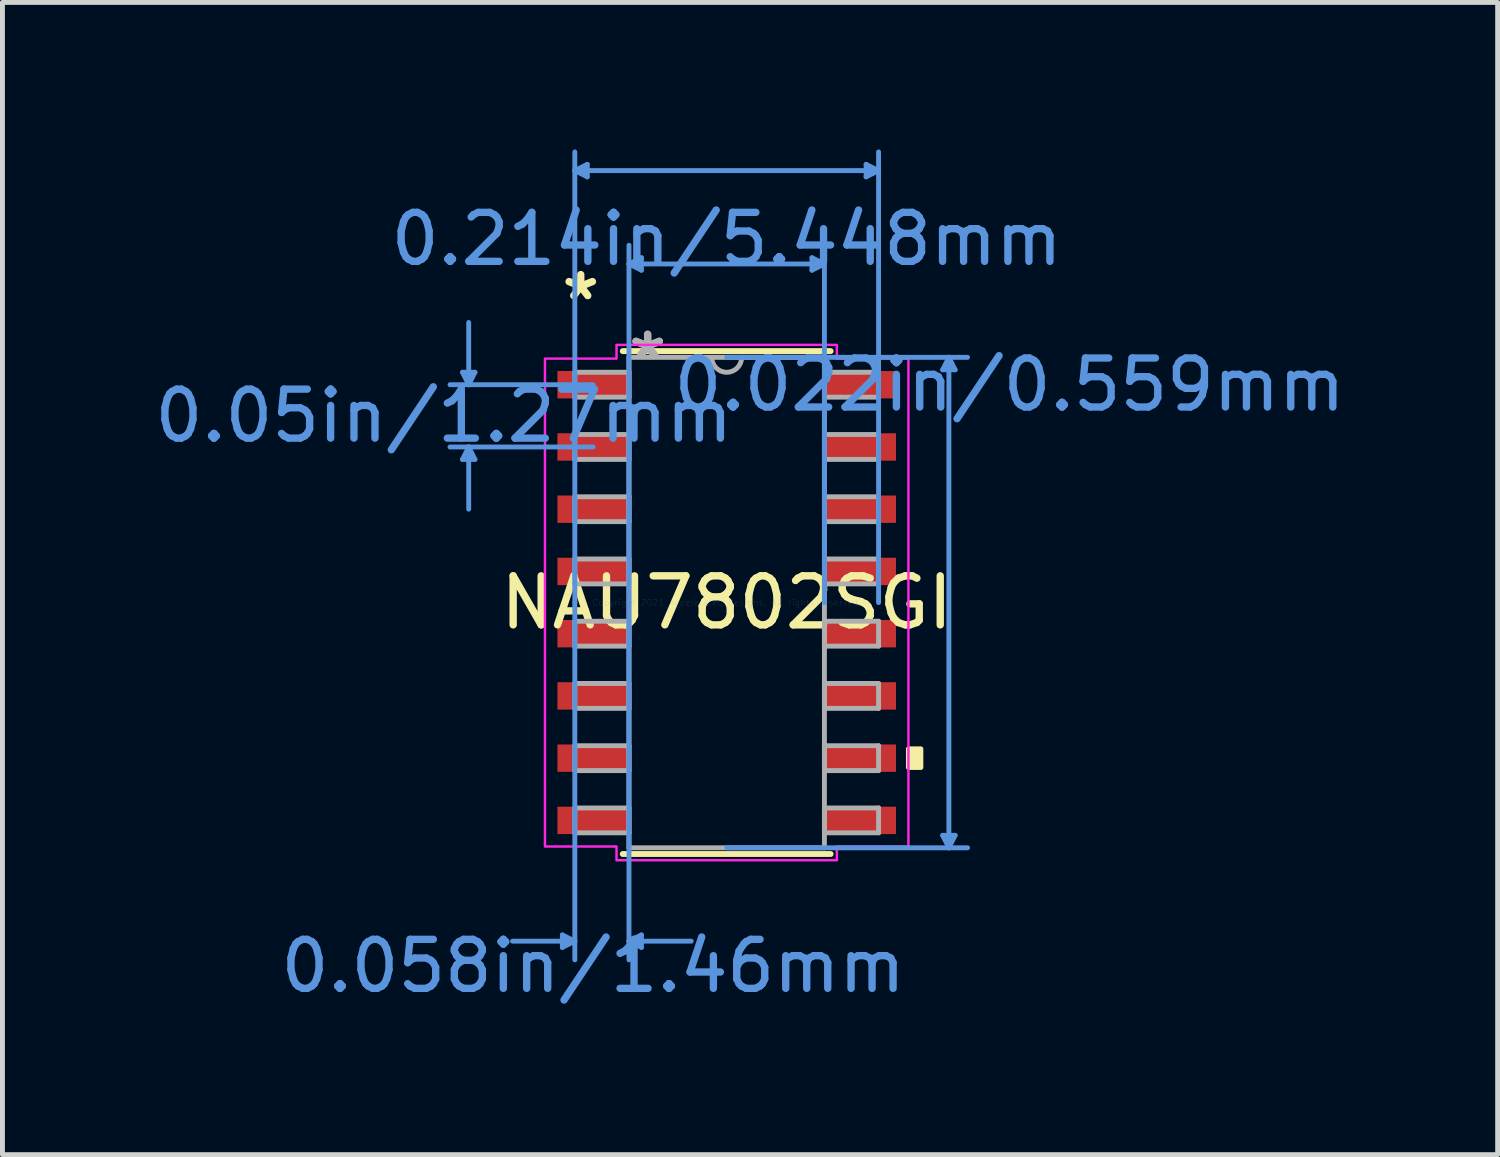
<source format=kicad_pcb>
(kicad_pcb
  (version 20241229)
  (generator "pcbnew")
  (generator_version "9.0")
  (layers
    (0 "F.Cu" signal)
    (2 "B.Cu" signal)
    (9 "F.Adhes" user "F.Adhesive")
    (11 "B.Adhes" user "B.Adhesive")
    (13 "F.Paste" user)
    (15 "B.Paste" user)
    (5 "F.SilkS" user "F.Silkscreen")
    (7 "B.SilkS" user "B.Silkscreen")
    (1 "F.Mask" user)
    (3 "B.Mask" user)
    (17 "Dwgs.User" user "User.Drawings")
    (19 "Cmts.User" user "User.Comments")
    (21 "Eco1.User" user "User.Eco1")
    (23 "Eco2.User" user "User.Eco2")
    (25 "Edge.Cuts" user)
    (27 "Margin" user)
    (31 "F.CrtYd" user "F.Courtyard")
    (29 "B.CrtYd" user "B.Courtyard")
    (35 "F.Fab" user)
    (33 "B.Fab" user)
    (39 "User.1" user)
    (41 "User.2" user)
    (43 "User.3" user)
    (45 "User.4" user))
  (footprint "NAU7802SGI"
    (layer "F.Cu")
    (at 11.778 9.245)
    (property "Reference" "NAU7802SGI" (at 0 0 0) (layer "F.SilkS") (effects (font (size 1 1) (thickness 0.15))))
    (attr smd)
    (fp_line (start -2.121 5.131) (end 2.121 5.131) (stroke (width 0.12) (type solid)) (layer "F.SilkS"))
    (fp_line (start 2.121 -5.131) (end -2.121 -5.131) (stroke (width 0.12) (type solid)) (layer "F.SilkS"))
    (fp_poly (pts (xy 3.962 2.985) (xy 3.962 3.365) (xy 3.708 3.365) (xy 3.708 2.985)) (stroke (width 0.1) (type solid)) (fill yes) (layer "F.SilkS"))
    (fp_line (start -5.391 -4.699) (end -5.137 -4.699) (stroke (width 0.1) (type solid)) (layer "Cmts.User"))
    (fp_line (start -5.391 -2.921) (end -5.137 -2.921) (stroke (width 0.1) (type solid)) (layer "Cmts.User"))
    (fp_line (start -5.264 -4.445) (end -5.391 -4.699) (stroke (width 0.1) (type solid)) (layer "Cmts.User"))
    (fp_line (start -5.264 -4.445) (end -5.264 -5.715) (stroke (width 0.1) (type solid)) (layer "Cmts.User"))
    (fp_line (start -5.264 -4.445) (end -5.137 -4.699) (stroke (width 0.1) (type solid)) (layer "Cmts.User"))
    (fp_line (start -5.264 -3.175) (end -5.391 -2.921) (stroke (width 0.1) (type solid)) (layer "Cmts.User"))
    (fp_line (start -5.264 -3.175) (end -5.264 -1.905) (stroke (width 0.1) (type solid)) (layer "Cmts.User"))
    (fp_line (start -5.264 -3.175) (end -5.137 -2.921) (stroke (width 0.1) (type solid)) (layer "Cmts.User"))
    (fp_line (start -3.353 6.782) (end -3.353 7.036) (stroke (width 0.1) (type solid)) (layer "Cmts.User"))
    (fp_line (start -3.099 -8.814) (end -2.845 -8.941) (stroke (width 0.1) (type solid)) (layer "Cmts.User"))
    (fp_line (start -3.099 -8.814) (end -2.845 -8.687) (stroke (width 0.1) (type solid)) (layer "Cmts.User"))
    (fp_line (start -3.099 -8.814) (end 3.099 -8.814) (stroke (width 0.1) (type solid)) (layer "Cmts.User"))
    (fp_line (start -3.099 0) (end -3.099 -9.195) (stroke (width 0.1) (type solid)) (layer "Cmts.User"))
    (fp_line (start -3.099 0) (end -3.099 7.29) (stroke (width 0.1) (type solid)) (layer "Cmts.User"))
    (fp_line (start -3.099 6.909) (end -4.369 6.909) (stroke (width 0.1) (type solid)) (layer "Cmts.User"))
    (fp_line (start -3.099 6.909) (end -3.353 6.782) (stroke (width 0.1) (type solid)) (layer "Cmts.User"))
    (fp_line (start -3.099 6.909) (end -3.353 7.036) (stroke (width 0.1) (type solid)) (layer "Cmts.User"))
    (fp_line (start -2.845 -8.941) (end -2.845 -8.687) (stroke (width 0.1) (type solid)) (layer "Cmts.User"))
    (fp_line (start -2.724 -4.445) (end -5.645 -4.445) (stroke (width 0.1) (type solid)) (layer "Cmts.User"))
    (fp_line (start -2.724 -3.175) (end -5.645 -3.175) (stroke (width 0.1) (type solid)) (layer "Cmts.User"))
    (fp_line (start -1.994 -6.909) (end -1.74 -7.036) (stroke (width 0.1) (type solid)) (layer "Cmts.User"))
    (fp_line (start -1.994 -6.909) (end -1.74 -6.782) (stroke (width 0.1) (type solid)) (layer "Cmts.User"))
    (fp_line (start -1.994 -6.909) (end 1.994 -6.909) (stroke (width 0.1) (type solid)) (layer "Cmts.User"))
    (fp_line (start -1.994 0) (end -1.994 -7.29) (stroke (width 0.1) (type solid)) (layer "Cmts.User"))
    (fp_line (start -1.994 0) (end -1.994 7.29) (stroke (width 0.1) (type solid)) (layer "Cmts.User"))
    (fp_line (start -1.994 6.909) (end -1.74 6.782) (stroke (width 0.1) (type solid)) (layer "Cmts.User"))
    (fp_line (start -1.994 6.909) (end -1.74 7.036) (stroke (width 0.1) (type solid)) (layer "Cmts.User"))
    (fp_line (start -1.994 6.909) (end -0.724 6.909) (stroke (width 0.1) (type solid)) (layer "Cmts.User"))
    (fp_line (start -1.74 -7.036) (end -1.74 -6.782) (stroke (width 0.1) (type solid)) (layer "Cmts.User"))
    (fp_line (start -1.74 6.782) (end -1.74 7.036) (stroke (width 0.1) (type solid)) (layer "Cmts.User"))
    (fp_line (start 0 -5.004) (end 4.915 -5.004) (stroke (width 0.1) (type solid)) (layer "Cmts.User"))
    (fp_line (start 0 5.004) (end 4.915 5.004) (stroke (width 0.1) (type solid)) (layer "Cmts.User"))
    (fp_line (start 1.74 -7.036) (end 1.74 -6.782) (stroke (width 0.1) (type solid)) (layer "Cmts.User"))
    (fp_line (start 1.994 -6.909) (end 1.74 -7.036) (stroke (width 0.1) (type solid)) (layer "Cmts.User"))
    (fp_line (start 1.994 -6.909) (end 1.74 -6.782) (stroke (width 0.1) (type solid)) (layer "Cmts.User"))
    (fp_line (start 1.994 0) (end 1.994 -7.29) (stroke (width 0.1) (type solid)) (layer "Cmts.User"))
    (fp_line (start 2.845 -8.941) (end 2.845 -8.687) (stroke (width 0.1) (type solid)) (layer "Cmts.User"))
    (fp_line (start 3.099 -8.814) (end 2.845 -8.941) (stroke (width 0.1) (type solid)) (layer "Cmts.User"))
    (fp_line (start 3.099 -8.814) (end 2.845 -8.687) (stroke (width 0.1) (type solid)) (layer "Cmts.User"))
    (fp_line (start 3.099 0) (end 3.099 -9.195) (stroke (width 0.1) (type solid)) (layer "Cmts.User"))
    (fp_line (start 4.407 -4.75) (end 4.661 -4.75) (stroke (width 0.1) (type solid)) (layer "Cmts.User"))
    (fp_line (start 4.407 4.75) (end 4.661 4.75) (stroke (width 0.1) (type solid)) (layer "Cmts.User"))
    (fp_line (start 4.534 -5.004) (end 4.407 -4.75) (stroke (width 0.1) (type solid)) (layer "Cmts.User"))
    (fp_line (start 4.534 -5.004) (end 4.534 5.004) (stroke (width 0.1) (type solid)) (layer "Cmts.User"))
    (fp_line (start 4.534 -5.004) (end 4.661 -4.75) (stroke (width 0.1) (type solid)) (layer "Cmts.User"))
    (fp_line (start 4.534 5.004) (end 4.407 4.75) (stroke (width 0.1) (type solid)) (layer "Cmts.User"))
    (fp_line (start 4.534 5.004) (end 4.661 4.75) (stroke (width 0.1) (type solid)) (layer "Cmts.User"))
    (fp_poly (pts (xy 2.248 -4.978) (xy 3.708 -4.978) (xy 3.708 4.978) (xy 2.248 4.978) (xy 2.248 5.258) (xy -2.248 5.258) (xy -2.248 4.978) (xy -3.708 4.978) (xy -3.708 -4.978) (xy -2.248 -4.978) (xy -2.248 -5.258) (xy 2.248 -5.258)) (stroke (width 0.05) (type solid)) (fill no) (layer "F.CrtYd"))
    (fp_line (start -3.099 -4.699) (end -3.099 -4.191) (stroke (width 0.1) (type solid)) (layer "F.Fab"))
    (fp_line (start -3.099 -4.191) (end -1.994 -4.191) (stroke (width 0.1) (type solid)) (layer "F.Fab"))
    (fp_line (start -3.099 -3.429) (end -3.099 -2.921) (stroke (width 0.1) (type solid)) (layer "F.Fab"))
    (fp_line (start -3.099 -2.921) (end -1.994 -2.921) (stroke (width 0.1) (type solid)) (layer "F.Fab"))
    (fp_line (start -3.099 -2.159) (end -3.099 -1.651) (stroke (width 0.1) (type solid)) (layer "F.Fab"))
    (fp_line (start -3.099 -1.651) (end -1.994 -1.651) (stroke (width 0.1) (type solid)) (layer "F.Fab"))
    (fp_line (start -3.099 -0.889) (end -3.099 -0.381) (stroke (width 0.1) (type solid)) (layer "F.Fab"))
    (fp_line (start -3.099 -0.381) (end -1.994 -0.381) (stroke (width 0.1) (type solid)) (layer "F.Fab"))
    (fp_line (start -3.099 0.381) (end -3.099 0.889) (stroke (width 0.1) (type solid)) (layer "F.Fab"))
    (fp_line (start -3.099 0.889) (end -1.994 0.889) (stroke (width 0.1) (type solid)) (layer "F.Fab"))
    (fp_line (start -3.099 1.651) (end -3.099 2.159) (stroke (width 0.1) (type solid)) (layer "F.Fab"))
    (fp_line (start -3.099 2.159) (end -1.994 2.159) (stroke (width 0.1) (type solid)) (layer "F.Fab"))
    (fp_line (start -3.099 2.921) (end -3.099 3.429) (stroke (width 0.1) (type solid)) (layer "F.Fab"))
    (fp_line (start -3.099 3.429) (end -1.994 3.429) (stroke (width 0.1) (type solid)) (layer "F.Fab"))
    (fp_line (start -3.099 4.191) (end -3.099 4.699) (stroke (width 0.1) (type solid)) (layer "F.Fab"))
    (fp_line (start -3.099 4.699) (end -1.994 4.699) (stroke (width 0.1) (type solid)) (layer "F.Fab"))
    (fp_line (start -1.994 -5.004) (end -1.994 5.004) (stroke (width 0.1) (type solid)) (layer "F.Fab"))
    (fp_line (start -1.994 -4.699) (end -3.099 -4.699) (stroke (width 0.1) (type solid)) (layer "F.Fab"))
    (fp_line (start -1.994 -4.191) (end -1.994 -4.699) (stroke (width 0.1) (type solid)) (layer "F.Fab"))
    (fp_line (start -1.994 -3.429) (end -3.099 -3.429) (stroke (width 0.1) (type solid)) (layer "F.Fab"))
    (fp_line (start -1.994 -2.921) (end -1.994 -3.429) (stroke (width 0.1) (type solid)) (layer "F.Fab"))
    (fp_line (start -1.994 -2.159) (end -3.099 -2.159) (stroke (width 0.1) (type solid)) (layer "F.Fab"))
    (fp_line (start -1.994 -1.651) (end -1.994 -2.159) (stroke (width 0.1) (type solid)) (layer "F.Fab"))
    (fp_line (start -1.994 -0.889) (end -3.099 -0.889) (stroke (width 0.1) (type solid)) (layer "F.Fab"))
    (fp_line (start -1.994 -0.381) (end -1.994 -0.889) (stroke (width 0.1) (type solid)) (layer "F.Fab"))
    (fp_line (start -1.994 0.381) (end -3.099 0.381) (stroke (width 0.1) (type solid)) (layer "F.Fab"))
    (fp_line (start -1.994 0.889) (end -1.994 0.381) (stroke (width 0.1) (type solid)) (layer "F.Fab"))
    (fp_line (start -1.994 1.651) (end -3.099 1.651) (stroke (width 0.1) (type solid)) (layer "F.Fab"))
    (fp_line (start -1.994 2.159) (end -1.994 1.651) (stroke (width 0.1) (type solid)) (layer "F.Fab"))
    (fp_line (start -1.994 2.921) (end -3.099 2.921) (stroke (width 0.1) (type solid)) (layer "F.Fab"))
    (fp_line (start -1.994 3.429) (end -1.994 2.921) (stroke (width 0.1) (type solid)) (layer "F.Fab"))
    (fp_line (start -1.994 4.191) (end -3.099 4.191) (stroke (width 0.1) (type solid)) (layer "F.Fab"))
    (fp_line (start -1.994 4.699) (end -1.994 4.191) (stroke (width 0.1) (type solid)) (layer "F.Fab"))
    (fp_line (start -1.994 5.004) (end 1.994 5.004) (stroke (width 0.1) (type solid)) (layer "F.Fab"))
    (fp_line (start 1.994 -5.004) (end -1.994 -5.004) (stroke (width 0.1) (type solid)) (layer "F.Fab"))
    (fp_line (start 1.994 -4.699) (end 1.994 -4.191) (stroke (width 0.1) (type solid)) (layer "F.Fab"))
    (fp_line (start 1.994 -4.191) (end 3.099 -4.191) (stroke (width 0.1) (type solid)) (layer "F.Fab"))
    (fp_line (start 1.994 -3.429) (end 1.994 -2.921) (stroke (width 0.1) (type solid)) (layer "F.Fab"))
    (fp_line (start 1.994 -2.921) (end 3.099 -2.921) (stroke (width 0.1) (type solid)) (layer "F.Fab"))
    (fp_line (start 1.994 -2.159) (end 1.994 -1.651) (stroke (width 0.1) (type solid)) (layer "F.Fab"))
    (fp_line (start 1.994 -1.651) (end 3.099 -1.651) (stroke (width 0.1) (type solid)) (layer "F.Fab"))
    (fp_line (start 1.994 -0.889) (end 1.994 -0.381) (stroke (width 0.1) (type solid)) (layer "F.Fab"))
    (fp_line (start 1.994 -0.381) (end 3.099 -0.381) (stroke (width 0.1) (type solid)) (layer "F.Fab"))
    (fp_line (start 1.994 0.381) (end 1.994 0.889) (stroke (width 0.1) (type solid)) (layer "F.Fab"))
    (fp_line (start 1.994 0.889) (end 3.099 0.889) (stroke (width 0.1) (type solid)) (layer "F.Fab"))
    (fp_line (start 1.994 1.651) (end 1.994 2.159) (stroke (width 0.1) (type solid)) (layer "F.Fab"))
    (fp_line (start 1.994 2.159) (end 3.099 2.159) (stroke (width 0.1) (type solid)) (layer "F.Fab"))
    (fp_line (start 1.994 2.921) (end 1.994 3.429) (stroke (width 0.1) (type solid)) (layer "F.Fab"))
    (fp_line (start 1.994 3.429) (end 3.099 3.429) (stroke (width 0.1) (type solid)) (layer "F.Fab"))
    (fp_line (start 1.994 4.191) (end 1.994 4.699) (stroke (width 0.1) (type solid)) (layer "F.Fab"))
    (fp_line (start 1.994 4.699) (end 3.099 4.699) (stroke (width 0.1) (type solid)) (layer "F.Fab"))
    (fp_line (start 1.994 5.004) (end 1.994 -5.004) (stroke (width 0.1) (type solid)) (layer "F.Fab"))
    (fp_line (start 3.099 -4.699) (end 1.994 -4.699) (stroke (width 0.1) (type solid)) (layer "F.Fab"))
    (fp_line (start 3.099 -4.191) (end 3.099 -4.699) (stroke (width 0.1) (type solid)) (layer "F.Fab"))
    (fp_line (start 3.099 -3.429) (end 1.994 -3.429) (stroke (width 0.1) (type solid)) (layer "F.Fab"))
    (fp_line (start 3.099 -2.921) (end 3.099 -3.429) (stroke (width 0.1) (type solid)) (layer "F.Fab"))
    (fp_line (start 3.099 -2.159) (end 1.994 -2.159) (stroke (width 0.1) (type solid)) (layer "F.Fab"))
    (fp_line (start 3.099 -1.651) (end 3.099 -2.159) (stroke (width 0.1) (type solid)) (layer "F.Fab"))
    (fp_line (start 3.099 -0.889) (end 1.994 -0.889) (stroke (width 0.1) (type solid)) (layer "F.Fab"))
    (fp_line (start 3.099 -0.381) (end 3.099 -0.889) (stroke (width 0.1) (type solid)) (layer "F.Fab"))
    (fp_line (start 3.099 0.381) (end 1.994 0.381) (stroke (width 0.1) (type solid)) (layer "F.Fab"))
    (fp_line (start 3.099 0.889) (end 3.099 0.381) (stroke (width 0.1) (type solid)) (layer "F.Fab"))
    (fp_line (start 3.099 1.651) (end 1.994 1.651) (stroke (width 0.1) (type solid)) (layer "F.Fab"))
    (fp_line (start 3.099 2.159) (end 3.099 1.651) (stroke (width 0.1) (type solid)) (layer "F.Fab"))
    (fp_line (start 3.099 2.921) (end 1.994 2.921) (stroke (width 0.1) (type solid)) (layer "F.Fab"))
    (fp_line (start 3.099 3.429) (end 3.099 2.921) (stroke (width 0.1) (type solid)) (layer "F.Fab"))
    (fp_line (start 3.099 4.191) (end 1.994 4.191) (stroke (width 0.1) (type solid)) (layer "F.Fab"))
    (fp_line (start 3.099 4.699) (end 3.099 4.191) (stroke (width 0.1) (type solid)) (layer "F.Fab"))
    (fp_arc (start 0.3048 -5.0038) (mid 0 -4.699) (end -0.3048 -5.0038) (stroke (width 0.1) (type solid)) (layer "F.Fab"))
    (fp_text user "*" (at -2.978 -6.147 0) (layer "F.SilkS") (effects (font (size 1 1) (thickness 0.15))))
    (fp_text user "0.058in/1.46mm" (at -2.724 7.417 0) (layer "Cmts.User") (effects (font (size 1 1) (thickness 0.15))))
    (fp_text user "0.214in/5.448mm" (at 0 -7.417 0) (layer "Cmts.User") (effects (font (size 1 1) (thickness 0.15))))
    (fp_text user "0.05in/1.27mm" (at -5.772 -3.81 0) (layer "Cmts.User") (effects (font (size 1 1) (thickness 0.15))))
    (fp_text user "Copyright 2021 Accelerated Designs. All rights reserved." (at 0 0 0) (layer "Cmts.User") (effects (font (size 0.127 0.127) (thickness 0.002))))
    (fp_text user "0.022in/0.559mm" (at 5.772 -4.445 0) (layer "Cmts.User") (effects (font (size 1 1) (thickness 0.15))))
    (fp_text user "*" (at -1.613 -4.928 0) (layer "F.Fab") (effects (font (size 1 1) (thickness 0.15))))
    (fp_text user "*" (at -1.613 -4.928 0) (layer "F.Fab") (effects (font (size 1 1) (thickness 0.15))))
    (pad "1" smd rect (at -2.724 -4.445) (size 1.46 0.559) (layers "F.Cu" "F.Mask" "F.Paste"))
    (pad "2" smd rect (at -2.724 -3.175) (size 1.46 0.559) (layers "F.Cu" "F.Mask" "F.Paste"))
    (pad "3" smd rect (at -2.724 -1.905) (size 1.46 0.559) (layers "F.Cu" "F.Mask" "F.Paste"))
    (pad "4" smd rect (at -2.724 -0.635) (size 1.46 0.559) (layers "F.Cu" "F.Mask" "F.Paste"))
    (pad "5" smd rect (at -2.724 0.635) (size 1.46 0.559) (layers "F.Cu" "F.Mask" "F.Paste"))
    (pad "6" smd rect (at -2.724 1.905) (size 1.46 0.559) (layers "F.Cu" "F.Mask" "F.Paste"))
    (pad "7" smd rect (at -2.724 3.175) (size 1.46 0.559) (layers "F.Cu" "F.Mask" "F.Paste"))
    (pad "8" smd rect (at -2.724 4.445) (size 1.46 0.559) (layers "F.Cu" "F.Mask" "F.Paste"))
    (pad "9" smd rect (at 2.724 4.445) (size 1.46 0.559) (layers "F.Cu" "F.Mask" "F.Paste"))
    (pad "10" smd rect (at 2.724 3.175) (size 1.46 0.559) (layers "F.Cu" "F.Mask" "F.Paste"))
    (pad "11" smd rect (at 2.724 1.905) (size 1.46 0.559) (layers "F.Cu" "F.Mask" "F.Paste"))
    (pad "12" smd rect (at 2.724 0.635) (size 1.46 0.559) (layers "F.Cu" "F.Mask" "F.Paste"))
    (pad "13" smd rect (at 2.724 -0.635) (size 1.46 0.559) (layers "F.Cu" "F.Mask" "F.Paste"))
    (pad "14" smd rect (at 2.724 -1.905) (size 1.46 0.559) (layers "F.Cu" "F.Mask" "F.Paste"))
    (pad "15" smd rect (at 2.724 -3.175) (size 1.46 0.559) (layers "F.Cu" "F.Mask" "F.Paste"))
    (pad "16" smd rect (at 2.724 -4.445) (size 1.46 0.559) (layers "F.Cu" "F.Mask" "F.Paste")))
  (gr_rect
    (start -3 -3)
    (end 27.509 20.51)
    (stroke (width 0.1) (type default))
    (fill no)
    (layer "Edge.Cuts")))
</source>
